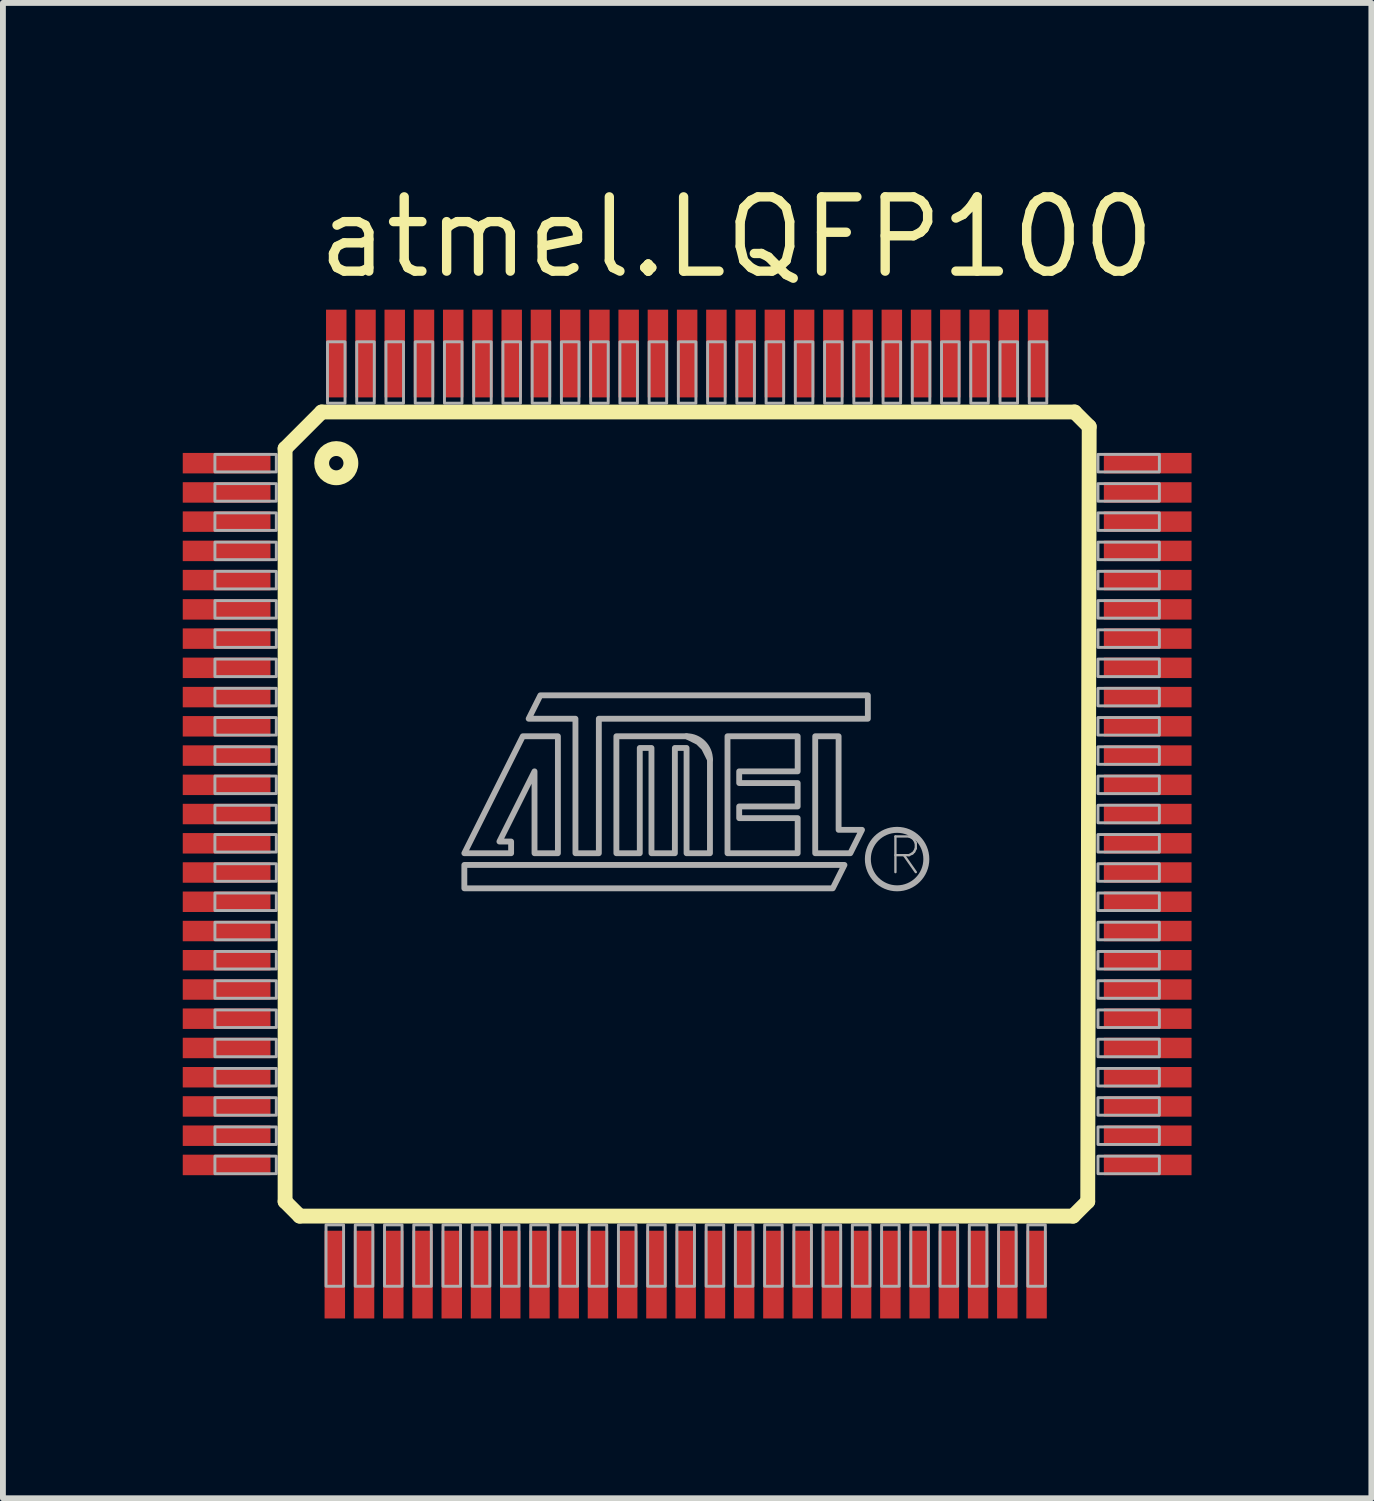
<source format=kicad_pcb>
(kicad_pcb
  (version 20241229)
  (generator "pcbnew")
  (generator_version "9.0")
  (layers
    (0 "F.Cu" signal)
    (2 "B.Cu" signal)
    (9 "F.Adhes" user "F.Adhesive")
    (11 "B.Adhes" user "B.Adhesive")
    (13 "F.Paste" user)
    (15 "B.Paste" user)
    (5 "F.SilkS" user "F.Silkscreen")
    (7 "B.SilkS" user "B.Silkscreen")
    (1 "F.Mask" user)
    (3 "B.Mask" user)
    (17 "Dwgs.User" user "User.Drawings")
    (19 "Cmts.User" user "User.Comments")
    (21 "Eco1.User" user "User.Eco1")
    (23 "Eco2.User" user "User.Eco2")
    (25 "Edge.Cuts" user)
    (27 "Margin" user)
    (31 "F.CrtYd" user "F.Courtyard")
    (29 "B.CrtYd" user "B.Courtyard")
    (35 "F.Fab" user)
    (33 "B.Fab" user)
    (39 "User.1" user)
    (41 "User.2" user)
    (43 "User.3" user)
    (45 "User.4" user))
  (footprint "atmel.LQFP100"
    (layer "F.Cu")
    (at 8.7 10.87)
    (property "Reference" "atmel.LQFP100" (at -6.395 -9.12 0) (layer "F.SilkS") (effects (font (size 1.27 1.27) (thickness 0.16)) (justify left bottom)))
    (attr smd)
    (fp_rect (start -8.675 -5.8) (end -7.075 -6.2) (stroke (width 0.05) (type default)) (fill yes) (layer "F.Mask"))
    (fp_rect (start -8.675 -5.3) (end -7.075 -5.7) (stroke (width 0.05) (type default)) (fill yes) (layer "F.Mask"))
    (fp_rect (start -8.675 -4.8) (end -7.075 -5.2) (stroke (width 0.05) (type default)) (fill yes) (layer "F.Mask"))
    (fp_rect (start -8.675 -4.3) (end -7.075 -4.7) (stroke (width 0.05) (type default)) (fill yes) (layer "F.Mask"))
    (fp_rect (start -8.675 -3.8) (end -7.075 -4.2) (stroke (width 0.05) (type default)) (fill yes) (layer "F.Mask"))
    (fp_rect (start -8.675 -3.3) (end -7.075 -3.7) (stroke (width 0.05) (type default)) (fill yes) (layer "F.Mask"))
    (fp_rect (start -8.675 -2.8) (end -7.075 -3.2) (stroke (width 0.05) (type default)) (fill yes) (layer "F.Mask"))
    (fp_rect (start -8.675 -2.3) (end -7.075 -2.7) (stroke (width 0.05) (type default)) (fill yes) (layer "F.Mask"))
    (fp_rect (start -8.675 -1.8) (end -7.075 -2.2) (stroke (width 0.05) (type default)) (fill yes) (layer "F.Mask"))
    (fp_rect (start -8.675 -1.3) (end -7.075 -1.7) (stroke (width 0.05) (type default)) (fill yes) (layer "F.Mask"))
    (fp_rect (start -8.675 -0.8) (end -7.075 -1.2) (stroke (width 0.05) (type default)) (fill yes) (layer "F.Mask"))
    (fp_rect (start -8.675 -0.3) (end -7.075 -0.7) (stroke (width 0.05) (type default)) (fill yes) (layer "F.Mask"))
    (fp_rect (start -8.675 0.2) (end -7.075 -0.2) (stroke (width 0.05) (type default)) (fill yes) (layer "F.Mask"))
    (fp_rect (start -8.675 0.7) (end -7.075 0.3) (stroke (width 0.05) (type default)) (fill yes) (layer "F.Mask"))
    (fp_rect (start -8.675 1.2) (end -7.075 0.8) (stroke (width 0.05) (type default)) (fill yes) (layer "F.Mask"))
    (fp_rect (start -8.675 1.7) (end -7.075 1.3) (stroke (width 0.05) (type default)) (fill yes) (layer "F.Mask"))
    (fp_rect (start -8.675 2.2) (end -7.075 1.8) (stroke (width 0.05) (type default)) (fill yes) (layer "F.Mask"))
    (fp_rect (start -8.675 2.7) (end -7.075 2.3) (stroke (width 0.05) (type default)) (fill yes) (layer "F.Mask"))
    (fp_rect (start -8.675 3.2) (end -7.075 2.8) (stroke (width 0.05) (type default)) (fill yes) (layer "F.Mask"))
    (fp_rect (start -8.675 3.7) (end -7.075 3.3) (stroke (width 0.05) (type default)) (fill yes) (layer "F.Mask"))
    (fp_rect (start -8.675 4.2) (end -7.075 3.8) (stroke (width 0.05) (type default)) (fill yes) (layer "F.Mask"))
    (fp_rect (start -8.675 4.7) (end -7.075 4.3) (stroke (width 0.05) (type default)) (fill yes) (layer "F.Mask"))
    (fp_rect (start -8.675 5.2) (end -7.075 4.8) (stroke (width 0.05) (type default)) (fill yes) (layer "F.Mask"))
    (fp_rect (start -8.675 5.7) (end -7.075 5.3) (stroke (width 0.05) (type default)) (fill yes) (layer "F.Mask"))
    (fp_rect (start -8.675 6.2) (end -7.075 5.8) (stroke (width 0.05) (type default)) (fill yes) (layer "F.Mask"))
    (fp_rect (start -6.2 -7.075) (end -5.8 -8.675) (stroke (width 0.05) (type default)) (fill yes) (layer "F.Mask"))
    (fp_rect (start -6.2 8.675) (end -5.8 7.075) (stroke (width 0.05) (type default)) (fill yes) (layer "F.Mask"))
    (fp_rect (start -5.7 -7.075) (end -5.3 -8.675) (stroke (width 0.05) (type default)) (fill yes) (layer "F.Mask"))
    (fp_rect (start -5.7 8.675) (end -5.3 7.075) (stroke (width 0.05) (type default)) (fill yes) (layer "F.Mask"))
    (fp_rect (start -5.2 -7.075) (end -4.8 -8.675) (stroke (width 0.05) (type default)) (fill yes) (layer "F.Mask"))
    (fp_rect (start -5.2 8.675) (end -4.8 7.075) (stroke (width 0.05) (type default)) (fill yes) (layer "F.Mask"))
    (fp_rect (start -4.7 -7.075) (end -4.3 -8.675) (stroke (width 0.05) (type default)) (fill yes) (layer "F.Mask"))
    (fp_rect (start -4.7 8.675) (end -4.3 7.075) (stroke (width 0.05) (type default)) (fill yes) (layer "F.Mask"))
    (fp_rect (start -4.2 -7.075) (end -3.8 -8.675) (stroke (width 0.05) (type default)) (fill yes) (layer "F.Mask"))
    (fp_rect (start -4.2 8.675) (end -3.8 7.075) (stroke (width 0.05) (type default)) (fill yes) (layer "F.Mask"))
    (fp_rect (start -3.7 -7.075) (end -3.3 -8.675) (stroke (width 0.05) (type default)) (fill yes) (layer "F.Mask"))
    (fp_rect (start -3.7 8.675) (end -3.3 7.075) (stroke (width 0.05) (type default)) (fill yes) (layer "F.Mask"))
    (fp_rect (start -3.2 -7.075) (end -2.8 -8.675) (stroke (width 0.05) (type default)) (fill yes) (layer "F.Mask"))
    (fp_rect (start -3.2 8.675) (end -2.8 7.075) (stroke (width 0.05) (type default)) (fill yes) (layer "F.Mask"))
    (fp_rect (start -2.7 -7.075) (end -2.3 -8.675) (stroke (width 0.05) (type default)) (fill yes) (layer "F.Mask"))
    (fp_rect (start -2.7 8.675) (end -2.3 7.075) (stroke (width 0.05) (type default)) (fill yes) (layer "F.Mask"))
    (fp_rect (start -2.2 -7.075) (end -1.8 -8.675) (stroke (width 0.05) (type default)) (fill yes) (layer "F.Mask"))
    (fp_rect (start -2.2 8.675) (end -1.8 7.075) (stroke (width 0.05) (type default)) (fill yes) (layer "F.Mask"))
    (fp_rect (start -1.7 -7.075) (end -1.3 -8.675) (stroke (width 0.05) (type default)) (fill yes) (layer "F.Mask"))
    (fp_rect (start -1.7 8.675) (end -1.3 7.075) (stroke (width 0.05) (type default)) (fill yes) (layer "F.Mask"))
    (fp_rect (start -1.2 -7.075) (end -0.8 -8.675) (stroke (width 0.05) (type default)) (fill yes) (layer "F.Mask"))
    (fp_rect (start -1.2 8.675) (end -0.8 7.075) (stroke (width 0.05) (type default)) (fill yes) (layer "F.Mask"))
    (fp_rect (start -0.7 -7.075) (end -0.3 -8.675) (stroke (width 0.05) (type default)) (fill yes) (layer "F.Mask"))
    (fp_rect (start -0.7 8.675) (end -0.3 7.075) (stroke (width 0.05) (type default)) (fill yes) (layer "F.Mask"))
    (fp_rect (start -0.2 -7.075) (end 0.2 -8.675) (stroke (width 0.05) (type default)) (fill yes) (layer "F.Mask"))
    (fp_rect (start -0.2 8.675) (end 0.2 7.075) (stroke (width 0.05) (type default)) (fill yes) (layer "F.Mask"))
    (fp_rect (start 0.3 -7.075) (end 0.7 -8.675) (stroke (width 0.05) (type default)) (fill yes) (layer "F.Mask"))
    (fp_rect (start 0.3 8.675) (end 0.7 7.075) (stroke (width 0.05) (type default)) (fill yes) (layer "F.Mask"))
    (fp_rect (start 0.8 -7.075) (end 1.2 -8.675) (stroke (width 0.05) (type default)) (fill yes) (layer "F.Mask"))
    (fp_rect (start 0.8 8.675) (end 1.2 7.075) (stroke (width 0.05) (type default)) (fill yes) (layer "F.Mask"))
    (fp_rect (start 1.3 -7.075) (end 1.7 -8.675) (stroke (width 0.05) (type default)) (fill yes) (layer "F.Mask"))
    (fp_rect (start 1.3 8.675) (end 1.7 7.075) (stroke (width 0.05) (type default)) (fill yes) (layer "F.Mask"))
    (fp_rect (start 1.8 -7.075) (end 2.2 -8.675) (stroke (width 0.05) (type default)) (fill yes) (layer "F.Mask"))
    (fp_rect (start 1.8 8.675) (end 2.2 7.075) (stroke (width 0.05) (type default)) (fill yes) (layer "F.Mask"))
    (fp_rect (start 2.3 -7.075) (end 2.7 -8.675) (stroke (width 0.05) (type default)) (fill yes) (layer "F.Mask"))
    (fp_rect (start 2.3 8.675) (end 2.7 7.075) (stroke (width 0.05) (type default)) (fill yes) (layer "F.Mask"))
    (fp_rect (start 2.8 -7.075) (end 3.2 -8.675) (stroke (width 0.05) (type default)) (fill yes) (layer "F.Mask"))
    (fp_rect (start 2.8 8.675) (end 3.2 7.075) (stroke (width 0.05) (type default)) (fill yes) (layer "F.Mask"))
    (fp_rect (start 3.3 -7.075) (end 3.7 -8.675) (stroke (width 0.05) (type default)) (fill yes) (layer "F.Mask"))
    (fp_rect (start 3.3 8.675) (end 3.7 7.075) (stroke (width 0.05) (type default)) (fill yes) (layer "F.Mask"))
    (fp_rect (start 3.8 -7.075) (end 4.2 -8.675) (stroke (width 0.05) (type default)) (fill yes) (layer "F.Mask"))
    (fp_rect (start 3.8 8.675) (end 4.2 7.075) (stroke (width 0.05) (type default)) (fill yes) (layer "F.Mask"))
    (fp_rect (start 4.3 -7.075) (end 4.7 -8.675) (stroke (width 0.05) (type default)) (fill yes) (layer "F.Mask"))
    (fp_rect (start 4.3 8.675) (end 4.7 7.075) (stroke (width 0.05) (type default)) (fill yes) (layer "F.Mask"))
    (fp_rect (start 4.8 -7.075) (end 5.2 -8.675) (stroke (width 0.05) (type default)) (fill yes) (layer "F.Mask"))
    (fp_rect (start 4.8 8.675) (end 5.2 7.075) (stroke (width 0.05) (type default)) (fill yes) (layer "F.Mask"))
    (fp_rect (start 5.3 -7.075) (end 5.7 -8.675) (stroke (width 0.05) (type default)) (fill yes) (layer "F.Mask"))
    (fp_rect (start 5.3 8.675) (end 5.7 7.075) (stroke (width 0.05) (type default)) (fill yes) (layer "F.Mask"))
    (fp_rect (start 5.8 -7.075) (end 6.2 -8.675) (stroke (width 0.05) (type default)) (fill yes) (layer "F.Mask"))
    (fp_rect (start 5.8 8.675) (end 6.2 7.075) (stroke (width 0.05) (type default)) (fill yes) (layer "F.Mask"))
    (fp_rect (start 7.075 -5.8) (end 8.675 -6.2) (stroke (width 0.05) (type default)) (fill yes) (layer "F.Mask"))
    (fp_rect (start 7.075 -5.3) (end 8.675 -5.7) (stroke (width 0.05) (type default)) (fill yes) (layer "F.Mask"))
    (fp_rect (start 7.075 -4.8) (end 8.675 -5.2) (stroke (width 0.05) (type default)) (fill yes) (layer "F.Mask"))
    (fp_rect (start 7.075 -4.3) (end 8.675 -4.7) (stroke (width 0.05) (type default)) (fill yes) (layer "F.Mask"))
    (fp_rect (start 7.075 -3.8) (end 8.675 -4.2) (stroke (width 0.05) (type default)) (fill yes) (layer "F.Mask"))
    (fp_rect (start 7.075 -3.3) (end 8.675 -3.7) (stroke (width 0.05) (type default)) (fill yes) (layer "F.Mask"))
    (fp_rect (start 7.075 -2.8) (end 8.675 -3.2) (stroke (width 0.05) (type default)) (fill yes) (layer "F.Mask"))
    (fp_rect (start 7.075 -2.3) (end 8.675 -2.7) (stroke (width 0.05) (type default)) (fill yes) (layer "F.Mask"))
    (fp_rect (start 7.075 -1.8) (end 8.675 -2.2) (stroke (width 0.05) (type default)) (fill yes) (layer "F.Mask"))
    (fp_rect (start 7.075 -1.3) (end 8.675 -1.7) (stroke (width 0.05) (type default)) (fill yes) (layer "F.Mask"))
    (fp_rect (start 7.075 -0.8) (end 8.675 -1.2) (stroke (width 0.05) (type default)) (fill yes) (layer "F.Mask"))
    (fp_rect (start 7.075 -0.3) (end 8.675 -0.7) (stroke (width 0.05) (type default)) (fill yes) (layer "F.Mask"))
    (fp_rect (start 7.075 0.2) (end 8.675 -0.2) (stroke (width 0.05) (type default)) (fill yes) (layer "F.Mask"))
    (fp_rect (start 7.075 0.7) (end 8.675 0.3) (stroke (width 0.05) (type default)) (fill yes) (layer "F.Mask"))
    (fp_rect (start 7.075 1.2) (end 8.675 0.8) (stroke (width 0.05) (type default)) (fill yes) (layer "F.Mask"))
    (fp_rect (start 7.075 1.7) (end 8.675 1.3) (stroke (width 0.05) (type default)) (fill yes) (layer "F.Mask"))
    (fp_rect (start 7.075 2.2) (end 8.675 1.8) (stroke (width 0.05) (type default)) (fill yes) (layer "F.Mask"))
    (fp_rect (start 7.075 2.7) (end 8.675 2.3) (stroke (width 0.05) (type default)) (fill yes) (layer "F.Mask"))
    (fp_rect (start 7.075 3.2) (end 8.675 2.8) (stroke (width 0.05) (type default)) (fill yes) (layer "F.Mask"))
    (fp_rect (start 7.075 3.7) (end 8.675 3.3) (stroke (width 0.05) (type default)) (fill yes) (layer "F.Mask"))
    (fp_rect (start 7.075 4.2) (end 8.675 3.8) (stroke (width 0.05) (type default)) (fill yes) (layer "F.Mask"))
    (fp_rect (start 7.075 4.7) (end 8.675 4.3) (stroke (width 0.05) (type default)) (fill yes) (layer "F.Mask"))
    (fp_rect (start 7.075 5.2) (end 8.675 4.8) (stroke (width 0.05) (type default)) (fill yes) (layer "F.Mask"))
    (fp_rect (start 7.075 5.7) (end 8.675 5.3) (stroke (width 0.05) (type default)) (fill yes) (layer "F.Mask"))
    (fp_rect (start 7.075 6.2) (end 8.675 5.8) (stroke (width 0.05) (type default)) (fill yes) (layer "F.Mask"))
    (fp_line (start -6.875 -6.25) (end -6.25 -6.875) (stroke (width 0.254) (type default)) (layer "F.SilkS"))
    (fp_line (start -6.875 6.625) (end -6.875 -6.25) (stroke (width 0.254) (type default)) (layer "F.SilkS"))
    (fp_line (start -6.625 6.875) (end -6.875 6.625) (stroke (width 0.254) (type default)) (layer "F.SilkS"))
    (fp_line (start -6.25 -6.875) (end 6.625 -6.875) (stroke (width 0.254) (type default)) (layer "F.SilkS"))
    (fp_line (start 6.6 6.875) (end -6.625 6.875) (stroke (width 0.254) (type default)) (layer "F.SilkS"))
    (fp_line (start 6.625 -6.875) (end 6.875 -6.625) (stroke (width 0.254) (type default)) (layer "F.SilkS"))
    (fp_line (start 6.85 6.625) (end 6.6 6.875) (stroke (width 0.254) (type default)) (layer "F.SilkS"))
    (fp_line (start 6.875 -6.625) (end 6.85 6.625) (stroke (width 0.254) (type default)) (layer "F.SilkS"))
    (fp_circle (center -6 -6) (end -5.75 -6) (stroke (width 0.254) (type default)) (fill no) (layer "F.SilkS"))
    (fp_rect (start -8.6 -5.85) (end -7.15 -6.15) (stroke (width 0.05) (type default)) (fill yes) (layer "F.Paste"))
    (fp_rect (start -8.6 -5.35) (end -7.15 -5.65) (stroke (width 0.05) (type default)) (fill yes) (layer "F.Paste"))
    (fp_rect (start -8.6 -4.85) (end -7.15 -5.15) (stroke (width 0.05) (type default)) (fill yes) (layer "F.Paste"))
    (fp_rect (start -8.6 -4.35) (end -7.15 -4.65) (stroke (width 0.05) (type default)) (fill yes) (layer "F.Paste"))
    (fp_rect (start -8.6 -3.85) (end -7.15 -4.15) (stroke (width 0.05) (type default)) (fill yes) (layer "F.Paste"))
    (fp_rect (start -8.6 -3.35) (end -7.15 -3.65) (stroke (width 0.05) (type default)) (fill yes) (layer "F.Paste"))
    (fp_rect (start -8.6 -2.85) (end -7.15 -3.15) (stroke (width 0.05) (type default)) (fill yes) (layer "F.Paste"))
    (fp_rect (start -8.6 -2.35) (end -7.15 -2.65) (stroke (width 0.05) (type default)) (fill yes) (layer "F.Paste"))
    (fp_rect (start -8.6 -1.85) (end -7.15 -2.15) (stroke (width 0.05) (type default)) (fill yes) (layer "F.Paste"))
    (fp_rect (start -8.6 -1.35) (end -7.15 -1.65) (stroke (width 0.05) (type default)) (fill yes) (layer "F.Paste"))
    (fp_rect (start -8.6 -0.85) (end -7.15 -1.15) (stroke (width 0.05) (type default)) (fill yes) (layer "F.Paste"))
    (fp_rect (start -8.6 -0.35) (end -7.15 -0.65) (stroke (width 0.05) (type default)) (fill yes) (layer "F.Paste"))
    (fp_rect (start -8.6 0.15) (end -7.15 -0.15) (stroke (width 0.05) (type default)) (fill yes) (layer "F.Paste"))
    (fp_rect (start -8.6 0.65) (end -7.15 0.35) (stroke (width 0.05) (type default)) (fill yes) (layer "F.Paste"))
    (fp_rect (start -8.6 1.15) (end -7.15 0.85) (stroke (width 0.05) (type default)) (fill yes) (layer "F.Paste"))
    (fp_rect (start -8.6 1.65) (end -7.15 1.35) (stroke (width 0.05) (type default)) (fill yes) (layer "F.Paste"))
    (fp_rect (start -8.6 2.15) (end -7.15 1.85) (stroke (width 0.05) (type default)) (fill yes) (layer "F.Paste"))
    (fp_rect (start -8.6 2.65) (end -7.15 2.35) (stroke (width 0.05) (type default)) (fill yes) (layer "F.Paste"))
    (fp_rect (start -8.6 3.15) (end -7.15 2.85) (stroke (width 0.05) (type default)) (fill yes) (layer "F.Paste"))
    (fp_rect (start -8.6 3.65) (end -7.15 3.35) (stroke (width 0.05) (type default)) (fill yes) (layer "F.Paste"))
    (fp_rect (start -8.6 4.15) (end -7.15 3.85) (stroke (width 0.05) (type default)) (fill yes) (layer "F.Paste"))
    (fp_rect (start -8.6 4.65) (end -7.15 4.35) (stroke (width 0.05) (type default)) (fill yes) (layer "F.Paste"))
    (fp_rect (start -8.6 5.15) (end -7.15 4.85) (stroke (width 0.05) (type default)) (fill yes) (layer "F.Paste"))
    (fp_rect (start -8.6 5.65) (end -7.15 5.35) (stroke (width 0.05) (type default)) (fill yes) (layer "F.Paste"))
    (fp_rect (start -8.6 6.15) (end -7.15 5.85) (stroke (width 0.05) (type default)) (fill yes) (layer "F.Paste"))
    (fp_rect (start -6.15 -7.15) (end -5.85 -8.6) (stroke (width 0.05) (type default)) (fill yes) (layer "F.Paste"))
    (fp_rect (start -6.15 8.6) (end -5.85 7.15) (stroke (width 0.05) (type default)) (fill yes) (layer "F.Paste"))
    (fp_rect (start -5.65 -7.15) (end -5.35 -8.6) (stroke (width 0.05) (type default)) (fill yes) (layer "F.Paste"))
    (fp_rect (start -5.65 8.6) (end -5.35 7.15) (stroke (width 0.05) (type default)) (fill yes) (layer "F.Paste"))
    (fp_rect (start -5.15 -7.15) (end -4.85 -8.6) (stroke (width 0.05) (type default)) (fill yes) (layer "F.Paste"))
    (fp_rect (start -5.15 8.6) (end -4.85 7.15) (stroke (width 0.05) (type default)) (fill yes) (layer "F.Paste"))
    (fp_rect (start -4.65 -7.15) (end -4.35 -8.6) (stroke (width 0.05) (type default)) (fill yes) (layer "F.Paste"))
    (fp_rect (start -4.65 8.6) (end -4.35 7.15) (stroke (width 0.05) (type default)) (fill yes) (layer "F.Paste"))
    (fp_rect (start -4.15 -7.15) (end -3.85 -8.6) (stroke (width 0.05) (type default)) (fill yes) (layer "F.Paste"))
    (fp_rect (start -4.15 8.6) (end -3.85 7.15) (stroke (width 0.05) (type default)) (fill yes) (layer "F.Paste"))
    (fp_rect (start -3.65 -7.15) (end -3.35 -8.6) (stroke (width 0.05) (type default)) (fill yes) (layer "F.Paste"))
    (fp_rect (start -3.65 8.6) (end -3.35 7.15) (stroke (width 0.05) (type default)) (fill yes) (layer "F.Paste"))
    (fp_rect (start -3.15 -7.15) (end -2.85 -8.6) (stroke (width 0.05) (type default)) (fill yes) (layer "F.Paste"))
    (fp_rect (start -3.15 8.6) (end -2.85 7.15) (stroke (width 0.05) (type default)) (fill yes) (layer "F.Paste"))
    (fp_rect (start -2.65 -7.15) (end -2.35 -8.6) (stroke (width 0.05) (type default)) (fill yes) (layer "F.Paste"))
    (fp_rect (start -2.65 8.6) (end -2.35 7.15) (stroke (width 0.05) (type default)) (fill yes) (layer "F.Paste"))
    (fp_rect (start -2.15 -7.15) (end -1.85 -8.6) (stroke (width 0.05) (type default)) (fill yes) (layer "F.Paste"))
    (fp_rect (start -2.15 8.6) (end -1.85 7.15) (stroke (width 0.05) (type default)) (fill yes) (layer "F.Paste"))
    (fp_rect (start -1.65 -7.15) (end -1.35 -8.6) (stroke (width 0.05) (type default)) (fill yes) (layer "F.Paste"))
    (fp_rect (start -1.65 8.6) (end -1.35 7.15) (stroke (width 0.05) (type default)) (fill yes) (layer "F.Paste"))
    (fp_rect (start -1.15 -7.15) (end -0.85 -8.6) (stroke (width 0.05) (type default)) (fill yes) (layer "F.Paste"))
    (fp_rect (start -1.15 8.6) (end -0.85 7.15) (stroke (width 0.05) (type default)) (fill yes) (layer "F.Paste"))
    (fp_rect (start -0.65 -7.15) (end -0.35 -8.6) (stroke (width 0.05) (type default)) (fill yes) (layer "F.Paste"))
    (fp_rect (start -0.65 8.6) (end -0.35 7.15) (stroke (width 0.05) (type default)) (fill yes) (layer "F.Paste"))
    (fp_rect (start -0.15 -7.15) (end 0.15 -8.6) (stroke (width 0.05) (type default)) (fill yes) (layer "F.Paste"))
    (fp_rect (start -0.15 8.6) (end 0.15 7.15) (stroke (width 0.05) (type default)) (fill yes) (layer "F.Paste"))
    (fp_rect (start 0.35 -7.15) (end 0.65 -8.6) (stroke (width 0.05) (type default)) (fill yes) (layer "F.Paste"))
    (fp_rect (start 0.35 8.6) (end 0.65 7.15) (stroke (width 0.05) (type default)) (fill yes) (layer "F.Paste"))
    (fp_rect (start 0.85 -7.15) (end 1.15 -8.6) (stroke (width 0.05) (type default)) (fill yes) (layer "F.Paste"))
    (fp_rect (start 0.85 8.6) (end 1.15 7.15) (stroke (width 0.05) (type default)) (fill yes) (layer "F.Paste"))
    (fp_rect (start 1.35 -7.15) (end 1.65 -8.6) (stroke (width 0.05) (type default)) (fill yes) (layer "F.Paste"))
    (fp_rect (start 1.35 8.6) (end 1.65 7.15) (stroke (width 0.05) (type default)) (fill yes) (layer "F.Paste"))
    (fp_rect (start 1.85 -7.15) (end 2.15 -8.6) (stroke (width 0.05) (type default)) (fill yes) (layer "F.Paste"))
    (fp_rect (start 1.85 8.6) (end 2.15 7.15) (stroke (width 0.05) (type default)) (fill yes) (layer "F.Paste"))
    (fp_rect (start 2.35 -7.15) (end 2.65 -8.6) (stroke (width 0.05) (type default)) (fill yes) (layer "F.Paste"))
    (fp_rect (start 2.35 8.6) (end 2.65 7.15) (stroke (width 0.05) (type default)) (fill yes) (layer "F.Paste"))
    (fp_rect (start 2.85 -7.15) (end 3.15 -8.6) (stroke (width 0.05) (type default)) (fill yes) (layer "F.Paste"))
    (fp_rect (start 2.85 8.6) (end 3.15 7.15) (stroke (width 0.05) (type default)) (fill yes) (layer "F.Paste"))
    (fp_rect (start 3.35 -7.15) (end 3.65 -8.6) (stroke (width 0.05) (type default)) (fill yes) (layer "F.Paste"))
    (fp_rect (start 3.35 8.6) (end 3.65 7.15) (stroke (width 0.05) (type default)) (fill yes) (layer "F.Paste"))
    (fp_rect (start 3.85 -7.15) (end 4.15 -8.6) (stroke (width 0.05) (type default)) (fill yes) (layer "F.Paste"))
    (fp_rect (start 3.85 8.6) (end 4.15 7.15) (stroke (width 0.05) (type default)) (fill yes) (layer "F.Paste"))
    (fp_rect (start 4.35 -7.15) (end 4.65 -8.6) (stroke (width 0.05) (type default)) (fill yes) (layer "F.Paste"))
    (fp_rect (start 4.35 8.6) (end 4.65 7.15) (stroke (width 0.05) (type default)) (fill yes) (layer "F.Paste"))
    (fp_rect (start 4.85 -7.15) (end 5.15 -8.6) (stroke (width 0.05) (type default)) (fill yes) (layer "F.Paste"))
    (fp_rect (start 4.85 8.6) (end 5.15 7.15) (stroke (width 0.05) (type default)) (fill yes) (layer "F.Paste"))
    (fp_rect (start 5.35 -7.15) (end 5.65 -8.6) (stroke (width 0.05) (type default)) (fill yes) (layer "F.Paste"))
    (fp_rect (start 5.35 8.6) (end 5.65 7.15) (stroke (width 0.05) (type default)) (fill yes) (layer "F.Paste"))
    (fp_rect (start 5.85 -7.15) (end 6.15 -8.6) (stroke (width 0.05) (type default)) (fill yes) (layer "F.Paste"))
    (fp_rect (start 5.85 8.6) (end 6.15 7.15) (stroke (width 0.05) (type default)) (fill yes) (layer "F.Paste"))
    (fp_rect (start 7.15 -5.85) (end 8.6 -6.15) (stroke (width 0.05) (type default)) (fill yes) (layer "F.Paste"))
    (fp_rect (start 7.15 -5.35) (end 8.6 -5.65) (stroke (width 0.05) (type default)) (fill yes) (layer "F.Paste"))
    (fp_rect (start 7.15 -4.85) (end 8.6 -5.15) (stroke (width 0.05) (type default)) (fill yes) (layer "F.Paste"))
    (fp_rect (start 7.15 -4.35) (end 8.6 -4.65) (stroke (width 0.05) (type default)) (fill yes) (layer "F.Paste"))
    (fp_rect (start 7.15 -3.85) (end 8.6 -4.15) (stroke (width 0.05) (type default)) (fill yes) (layer "F.Paste"))
    (fp_rect (start 7.15 -3.35) (end 8.6 -3.65) (stroke (width 0.05) (type default)) (fill yes) (layer "F.Paste"))
    (fp_rect (start 7.15 -2.85) (end 8.6 -3.15) (stroke (width 0.05) (type default)) (fill yes) (layer "F.Paste"))
    (fp_rect (start 7.15 -2.35) (end 8.6 -2.65) (stroke (width 0.05) (type default)) (fill yes) (layer "F.Paste"))
    (fp_rect (start 7.15 -1.85) (end 8.6 -2.15) (stroke (width 0.05) (type default)) (fill yes) (layer "F.Paste"))
    (fp_rect (start 7.15 -1.35) (end 8.6 -1.65) (stroke (width 0.05) (type default)) (fill yes) (layer "F.Paste"))
    (fp_rect (start 7.15 -0.85) (end 8.6 -1.15) (stroke (width 0.05) (type default)) (fill yes) (layer "F.Paste"))
    (fp_rect (start 7.15 -0.35) (end 8.6 -0.65) (stroke (width 0.05) (type default)) (fill yes) (layer "F.Paste"))
    (fp_rect (start 7.15 0.15) (end 8.6 -0.15) (stroke (width 0.05) (type default)) (fill yes) (layer "F.Paste"))
    (fp_rect (start 7.15 0.65) (end 8.6 0.35) (stroke (width 0.05) (type default)) (fill yes) (layer "F.Paste"))
    (fp_rect (start 7.15 1.15) (end 8.6 0.85) (stroke (width 0.05) (type default)) (fill yes) (layer "F.Paste"))
    (fp_rect (start 7.15 1.65) (end 8.6 1.35) (stroke (width 0.05) (type default)) (fill yes) (layer "F.Paste"))
    (fp_rect (start 7.15 2.15) (end 8.6 1.85) (stroke (width 0.05) (type default)) (fill yes) (layer "F.Paste"))
    (fp_rect (start 7.15 2.65) (end 8.6 2.35) (stroke (width 0.05) (type default)) (fill yes) (layer "F.Paste"))
    (fp_rect (start 7.15 3.15) (end 8.6 2.85) (stroke (width 0.05) (type default)) (fill yes) (layer "F.Paste"))
    (fp_rect (start 7.15 3.65) (end 8.6 3.35) (stroke (width 0.05) (type default)) (fill yes) (layer "F.Paste"))
    (fp_rect (start 7.15 4.15) (end 8.6 3.85) (stroke (width 0.05) (type default)) (fill yes) (layer "F.Paste"))
    (fp_rect (start 7.15 4.65) (end 8.6 4.35) (stroke (width 0.05) (type default)) (fill yes) (layer "F.Paste"))
    (fp_rect (start 7.15 5.15) (end 8.6 4.85) (stroke (width 0.05) (type default)) (fill yes) (layer "F.Paste"))
    (fp_rect (start 7.15 5.65) (end 8.6 5.35) (stroke (width 0.05) (type default)) (fill yes) (layer "F.Paste"))
    (fp_rect (start 7.15 6.15) (end 8.6 5.85) (stroke (width 0.05) (type default)) (fill yes) (layer "F.Paste"))
    (fp_rect (start -8.075 -5.85) (end -7.025 -6.15) (stroke (width 0.05) (type default)) (fill no) (layer "F.Fab"))
    (fp_rect (start -8.075 -5.35) (end -7.025 -5.65) (stroke (width 0.05) (type default)) (fill no) (layer "F.Fab"))
    (fp_rect (start -8.075 -4.85) (end -7.025 -5.15) (stroke (width 0.05) (type default)) (fill no) (layer "F.Fab"))
    (fp_rect (start -8.075 -4.35) (end -7.025 -4.65) (stroke (width 0.05) (type default)) (fill no) (layer "F.Fab"))
    (fp_rect (start -8.075 -3.85) (end -7.025 -4.15) (stroke (width 0.05) (type default)) (fill no) (layer "F.Fab"))
    (fp_rect (start -8.075 -3.35) (end -7.025 -3.65) (stroke (width 0.05) (type default)) (fill no) (layer "F.Fab"))
    (fp_rect (start -8.075 -2.85) (end -7.025 -3.15) (stroke (width 0.05) (type default)) (fill no) (layer "F.Fab"))
    (fp_rect (start -8.075 -2.35) (end -7.025 -2.65) (stroke (width 0.05) (type default)) (fill no) (layer "F.Fab"))
    (fp_rect (start -8.075 -1.85) (end -7.025 -2.15) (stroke (width 0.05) (type default)) (fill no) (layer "F.Fab"))
    (fp_rect (start -8.075 -1.35) (end -7.025 -1.65) (stroke (width 0.05) (type default)) (fill no) (layer "F.Fab"))
    (fp_rect (start -8.075 -0.85) (end -7.025 -1.15) (stroke (width 0.05) (type default)) (fill no) (layer "F.Fab"))
    (fp_rect (start -8.075 -0.35) (end -7.025 -0.65) (stroke (width 0.05) (type default)) (fill no) (layer "F.Fab"))
    (fp_rect (start -8.075 0.15) (end -7.025 -0.15) (stroke (width 0.05) (type default)) (fill no) (layer "F.Fab"))
    (fp_rect (start -8.075 0.65) (end -7.025 0.35) (stroke (width 0.05) (type default)) (fill no) (layer "F.Fab"))
    (fp_rect (start -8.075 1.15) (end -7.025 0.85) (stroke (width 0.05) (type default)) (fill no) (layer "F.Fab"))
    (fp_rect (start -8.075 1.65) (end -7.025 1.35) (stroke (width 0.05) (type default)) (fill no) (layer "F.Fab"))
    (fp_rect (start -8.075 2.15) (end -7.025 1.85) (stroke (width 0.05) (type default)) (fill no) (layer "F.Fab"))
    (fp_rect (start -8.075 2.65) (end -7.025 2.35) (stroke (width 0.05) (type default)) (fill no) (layer "F.Fab"))
    (fp_rect (start -8.075 3.15) (end -7.025 2.85) (stroke (width 0.05) (type default)) (fill no) (layer "F.Fab"))
    (fp_rect (start -8.075 3.65) (end -7.025 3.35) (stroke (width 0.05) (type default)) (fill no) (layer "F.Fab"))
    (fp_rect (start -8.075 4.15) (end -7.025 3.85) (stroke (width 0.05) (type default)) (fill no) (layer "F.Fab"))
    (fp_rect (start -8.075 4.65) (end -7.025 4.35) (stroke (width 0.05) (type default)) (fill no) (layer "F.Fab"))
    (fp_rect (start -8.075 5.15) (end -7.025 4.85) (stroke (width 0.05) (type default)) (fill no) (layer "F.Fab"))
    (fp_rect (start -8.075 5.65) (end -7.025 5.35) (stroke (width 0.05) (type default)) (fill no) (layer "F.Fab"))
    (fp_rect (start -8.075 6.15) (end -7.025 5.85) (stroke (width 0.05) (type default)) (fill no) (layer "F.Fab"))
    (fp_rect (start -6.175 8.075) (end -5.875 7.025) (stroke (width 0.05) (type default)) (fill no) (layer "F.Fab"))
    (fp_rect (start -6.15 -7.025) (end -5.85 -8.075) (stroke (width 0.05) (type default)) (fill no) (layer "F.Fab"))
    (fp_rect (start -5.675 8.075) (end -5.375 7.025) (stroke (width 0.05) (type default)) (fill no) (layer "F.Fab"))
    (fp_rect (start -5.65 -7.025) (end -5.35 -8.075) (stroke (width 0.05) (type default)) (fill no) (layer "F.Fab"))
    (fp_rect (start -5.175 8.075) (end -4.875 7.025) (stroke (width 0.05) (type default)) (fill no) (layer "F.Fab"))
    (fp_rect (start -5.15 -7.025) (end -4.85 -8.075) (stroke (width 0.05) (type default)) (fill no) (layer "F.Fab"))
    (fp_rect (start -4.675 8.075) (end -4.375 7.025) (stroke (width 0.05) (type default)) (fill no) (layer "F.Fab"))
    (fp_rect (start -4.65 -7.025) (end -4.35 -8.075) (stroke (width 0.05) (type default)) (fill no) (layer "F.Fab"))
    (fp_rect (start -4.175 8.075) (end -3.875 7.025) (stroke (width 0.05) (type default)) (fill no) (layer "F.Fab"))
    (fp_rect (start -4.15 -7.025) (end -3.85 -8.075) (stroke (width 0.05) (type default)) (fill no) (layer "F.Fab"))
    (fp_rect (start -3.675 8.075) (end -3.375 7.025) (stroke (width 0.05) (type default)) (fill no) (layer "F.Fab"))
    (fp_rect (start -3.65 -7.025) (end -3.35 -8.075) (stroke (width 0.05) (type default)) (fill no) (layer "F.Fab"))
    (fp_rect (start -3.175 8.075) (end -2.875 7.025) (stroke (width 0.05) (type default)) (fill no) (layer "F.Fab"))
    (fp_rect (start -3.15 -7.025) (end -2.85 -8.075) (stroke (width 0.05) (type default)) (fill no) (layer "F.Fab"))
    (fp_rect (start -2.675 8.075) (end -2.375 7.025) (stroke (width 0.05) (type default)) (fill no) (layer "F.Fab"))
    (fp_rect (start -2.65 -7.025) (end -2.35 -8.075) (stroke (width 0.05) (type default)) (fill no) (layer "F.Fab"))
    (fp_rect (start -2.175 8.075) (end -1.875 7.025) (stroke (width 0.05) (type default)) (fill no) (layer "F.Fab"))
    (fp_rect (start -2.15 -7.025) (end -1.85 -8.075) (stroke (width 0.05) (type default)) (fill no) (layer "F.Fab"))
    (fp_rect (start -1.675 8.075) (end -1.375 7.025) (stroke (width 0.05) (type default)) (fill no) (layer "F.Fab"))
    (fp_rect (start -1.65 -7.025) (end -1.35 -8.075) (stroke (width 0.05) (type default)) (fill no) (layer "F.Fab"))
    (fp_rect (start -1.175 8.075) (end -0.875 7.025) (stroke (width 0.05) (type default)) (fill no) (layer "F.Fab"))
    (fp_rect (start -1.15 -7.025) (end -0.85 -8.075) (stroke (width 0.05) (type default)) (fill no) (layer "F.Fab"))
    (fp_rect (start -0.675 8.075) (end -0.375 7.025) (stroke (width 0.05) (type default)) (fill no) (layer "F.Fab"))
    (fp_rect (start -0.65 -7.025) (end -0.35 -8.075) (stroke (width 0.05) (type default)) (fill no) (layer "F.Fab"))
    (fp_rect (start -0.175 8.075) (end 0.125 7.025) (stroke (width 0.05) (type default)) (fill no) (layer "F.Fab"))
    (fp_rect (start -0.15 -7.025) (end 0.15 -8.075) (stroke (width 0.05) (type default)) (fill no) (layer "F.Fab"))
    (fp_rect (start 0.325 8.075) (end 0.625 7.025) (stroke (width 0.05) (type default)) (fill no) (layer "F.Fab"))
    (fp_rect (start 0.35 -7.025) (end 0.65 -8.075) (stroke (width 0.05) (type default)) (fill no) (layer "F.Fab"))
    (fp_rect (start 0.825 8.075) (end 1.125 7.025) (stroke (width 0.05) (type default)) (fill no) (layer "F.Fab"))
    (fp_rect (start 0.85 -7.025) (end 1.15 -8.075) (stroke (width 0.05) (type default)) (fill no) (layer "F.Fab"))
    (fp_rect (start 1.325 8.075) (end 1.625 7.025) (stroke (width 0.05) (type default)) (fill no) (layer "F.Fab"))
    (fp_rect (start 1.35 -7.025) (end 1.65 -8.075) (stroke (width 0.05) (type default)) (fill no) (layer "F.Fab"))
    (fp_rect (start 1.825 8.075) (end 2.125 7.025) (stroke (width 0.05) (type default)) (fill no) (layer "F.Fab"))
    (fp_rect (start 1.85 -7.025) (end 2.15 -8.075) (stroke (width 0.05) (type default)) (fill no) (layer "F.Fab"))
    (fp_rect (start 2.325 8.075) (end 2.625 7.025) (stroke (width 0.05) (type default)) (fill no) (layer "F.Fab"))
    (fp_rect (start 2.35 -7.025) (end 2.65 -8.075) (stroke (width 0.05) (type default)) (fill no) (layer "F.Fab"))
    (fp_rect (start 2.825 8.075) (end 3.125 7.025) (stroke (width 0.05) (type default)) (fill no) (layer "F.Fab"))
    (fp_rect (start 2.85 -7.025) (end 3.15 -8.075) (stroke (width 0.05) (type default)) (fill no) (layer "F.Fab"))
    (fp_rect (start 3.325 8.075) (end 3.625 7.025) (stroke (width 0.05) (type default)) (fill no) (layer "F.Fab"))
    (fp_rect (start 3.35 -7.025) (end 3.65 -8.075) (stroke (width 0.05) (type default)) (fill no) (layer "F.Fab"))
    (fp_rect (start 3.825 8.075) (end 4.125 7.025) (stroke (width 0.05) (type default)) (fill no) (layer "F.Fab"))
    (fp_rect (start 3.85 -7.025) (end 4.15 -8.075) (stroke (width 0.05) (type default)) (fill no) (layer "F.Fab"))
    (fp_rect (start 4.325 8.075) (end 4.625 7.025) (stroke (width 0.05) (type default)) (fill no) (layer "F.Fab"))
    (fp_rect (start 4.35 -7.025) (end 4.65 -8.075) (stroke (width 0.05) (type default)) (fill no) (layer "F.Fab"))
    (fp_rect (start 4.825 8.075) (end 5.125 7.025) (stroke (width 0.05) (type default)) (fill no) (layer "F.Fab"))
    (fp_rect (start 4.85 -7.025) (end 5.15 -8.075) (stroke (width 0.05) (type default)) (fill no) (layer "F.Fab"))
    (fp_rect (start 5.325 8.075) (end 5.625 7.025) (stroke (width 0.05) (type default)) (fill no) (layer "F.Fab"))
    (fp_rect (start 5.35 -7.025) (end 5.65 -8.075) (stroke (width 0.05) (type default)) (fill no) (layer "F.Fab"))
    (fp_rect (start 5.825 8.075) (end 6.125 7.025) (stroke (width 0.05) (type default)) (fill no) (layer "F.Fab"))
    (fp_rect (start 5.85 -7.025) (end 6.15 -8.075) (stroke (width 0.05) (type default)) (fill no) (layer "F.Fab"))
    (fp_rect (start 7.025 -5.85) (end 8.075 -6.15) (stroke (width 0.05) (type default)) (fill no) (layer "F.Fab"))
    (fp_rect (start 7.025 -5.35) (end 8.075 -5.65) (stroke (width 0.05) (type default)) (fill no) (layer "F.Fab"))
    (fp_rect (start 7.025 -4.85) (end 8.075 -5.15) (stroke (width 0.05) (type default)) (fill no) (layer "F.Fab"))
    (fp_rect (start 7.025 -4.35) (end 8.075 -4.65) (stroke (width 0.05) (type default)) (fill no) (layer "F.Fab"))
    (fp_rect (start 7.025 -3.85) (end 8.075 -4.15) (stroke (width 0.05) (type default)) (fill no) (layer "F.Fab"))
    (fp_rect (start 7.025 -3.35) (end 8.075 -3.65) (stroke (width 0.05) (type default)) (fill no) (layer "F.Fab"))
    (fp_rect (start 7.025 -2.85) (end 8.075 -3.15) (stroke (width 0.05) (type default)) (fill no) (layer "F.Fab"))
    (fp_rect (start 7.025 -2.35) (end 8.075 -2.65) (stroke (width 0.05) (type default)) (fill no) (layer "F.Fab"))
    (fp_rect (start 7.025 -1.85) (end 8.075 -2.15) (stroke (width 0.05) (type default)) (fill no) (layer "F.Fab"))
    (fp_rect (start 7.025 -1.35) (end 8.075 -1.65) (stroke (width 0.05) (type default)) (fill no) (layer "F.Fab"))
    (fp_rect (start 7.025 -0.85) (end 8.075 -1.15) (stroke (width 0.05) (type default)) (fill no) (layer "F.Fab"))
    (fp_rect (start 7.025 -0.35) (end 8.075 -0.65) (stroke (width 0.05) (type default)) (fill no) (layer "F.Fab"))
    (fp_rect (start 7.025 0.15) (end 8.075 -0.15) (stroke (width 0.05) (type default)) (fill no) (layer "F.Fab"))
    (fp_rect (start 7.025 0.65) (end 8.075 0.35) (stroke (width 0.05) (type default)) (fill no) (layer "F.Fab"))
    (fp_rect (start 7.025 1.15) (end 8.075 0.85) (stroke (width 0.05) (type default)) (fill no) (layer "F.Fab"))
    (fp_rect (start 7.025 1.65) (end 8.075 1.35) (stroke (width 0.05) (type default)) (fill no) (layer "F.Fab"))
    (fp_rect (start 7.025 2.15) (end 8.075 1.85) (stroke (width 0.05) (type default)) (fill no) (layer "F.Fab"))
    (fp_rect (start 7.025 2.65) (end 8.075 2.35) (stroke (width 0.05) (type default)) (fill no) (layer "F.Fab"))
    (fp_rect (start 7.025 3.15) (end 8.075 2.85) (stroke (width 0.05) (type default)) (fill no) (layer "F.Fab"))
    (fp_rect (start 7.025 3.65) (end 8.075 3.35) (stroke (width 0.05) (type default)) (fill no) (layer "F.Fab"))
    (fp_rect (start 7.025 4.15) (end 8.075 3.85) (stroke (width 0.05) (type default)) (fill no) (layer "F.Fab"))
    (fp_rect (start 7.025 4.65) (end 8.075 4.35) (stroke (width 0.05) (type default)) (fill no) (layer "F.Fab"))
    (fp_rect (start 7.025 5.15) (end 8.075 4.85) (stroke (width 0.05) (type default)) (fill no) (layer "F.Fab"))
    (fp_rect (start 7.025 5.65) (end 8.075 5.35) (stroke (width 0.05) (type default)) (fill no) (layer "F.Fab"))
    (fp_rect (start 7.025 6.15) (end 8.075 5.85) (stroke (width 0.05) (type default)) (fill no) (layer "F.Fab"))
    (fp_arc (start -0.0099 -1.3299) (mid 0.272878 -1.212707) (end 0.39 -0.9299) (stroke (width 0.1016) (type default)) (layer "F.Fab"))
    (fp_circle (center 3.59 0.77) (end 4.09 0.77) (stroke (width 0.102) (type default)) (fill no) (layer "F.Fab"))
    (fp_poly (pts (xy -3.81 0.87) (xy -3.81 1.27) (xy 2.49 1.27) (xy 2.69 0.87)) (stroke (width 0.1) (type default)) (fill no) (layer "F.Fab"))
    (fp_poly (pts (xy 2.19 -1.33) (xy 2.19 0.67) (xy 2.79 0.67) (xy 2.99 0.27) (xy 2.59 0.27) (xy 2.59 -1.33)) (stroke (width 0.1) (type default)) (fill no) (layer "F.Fab"))
    (fp_poly (pts (xy -2.71 -1.63) (xy -2.51 -2.03) (xy 3.09 -2.03) (xy 3.09 -1.63) (xy -1.51 -1.63) (xy -1.51 0.67) (xy -1.91 0.67) (xy -1.91 -1.63)) (stroke (width 0.1) (type default)) (fill no) (layer "F.Fab"))
    (fp_poly (pts (xy -3.81 0.67) (xy -2.81 -1.33) (xy -2.21 -1.33) (xy -2.21 0.67) (xy -2.61 0.67) (xy -2.61 -0.73) (xy -3.21 0.47) (xy -3.01 0.47) (xy -3.01 0.67)) (stroke (width 0.1) (type default)) (fill no) (layer "F.Fab"))
    (fp_poly (pts (xy 0.69 -1.33) (xy 0.69 0.67) (xy 1.89 0.67) (xy 1.89 0.07) (xy 0.89 0.07) (xy 0.89 -0.13) (xy 1.89 -0.13) (xy 1.89 -0.53) (xy 0.89 -0.53) (xy 0.89 -0.73) (xy 1.89 -0.73) (xy 1.89 -1.33)) (stroke (width 0.1) (type default)) (fill no) (layer "F.Fab"))
    (fp_poly (pts (xy -1.21 -1.33) (xy -1.21 0.67) (xy -0.81 0.67) (xy -0.81 -1.13) (xy -0.61 -1.13) (xy -0.61 0.67) (xy -0.21 0.67) (xy -0.21 -1.13) (xy -0.01 -1.13) (xy -0.01 0.67) (xy 0.39 0.67) (xy 0.39 -0.93) (xy 0.29 -1.13) (xy 0.19 -1.23) (xy -0.01 -1.33)) (stroke (width 0.1) (type default)) (fill no) (layer "F.Fab"))
    (fp_text user "R" (at 3.39 1.07 0) (layer "F.Fab") (effects (font (size 0.61 0.61) (thickness 0.04)) (justify left bottom)))
    (pad "1" smd roundrect (at -7.875 -6) (size 1.5 0.35) (layers "F.Cu" "F.Mask" "F.Paste") (roundrect_rratio 0.01))
    (pad "2" smd roundrect (at -7.875 -5.5) (size 1.5 0.35) (layers "F.Cu" "F.Mask" "F.Paste") (roundrect_rratio 0.01))
    (pad "3" smd roundrect (at -7.875 -5) (size 1.5 0.35) (layers "F.Cu" "F.Mask" "F.Paste") (roundrect_rratio 0.01))
    (pad "4" smd roundrect (at -7.875 -4.5) (size 1.5 0.35) (layers "F.Cu" "F.Mask" "F.Paste") (roundrect_rratio 0.01))
    (pad "5" smd roundrect (at -7.875 -4) (size 1.5 0.35) (layers "F.Cu" "F.Mask" "F.Paste") (roundrect_rratio 0.01))
    (pad "6" smd roundrect (at -7.875 -3.5) (size 1.5 0.35) (layers "F.Cu" "F.Mask" "F.Paste") (roundrect_rratio 0.01))
    (pad "7" smd roundrect (at -7.875 -3) (size 1.5 0.35) (layers "F.Cu" "F.Mask" "F.Paste") (roundrect_rratio 0.01))
    (pad "8" smd roundrect (at -7.875 -2.5) (size 1.5 0.35) (layers "F.Cu" "F.Mask" "F.Paste") (roundrect_rratio 0.01))
    (pad "9" smd roundrect (at -7.875 -2) (size 1.5 0.35) (layers "F.Cu" "F.Mask" "F.Paste") (roundrect_rratio 0.01))
    (pad "10" smd roundrect (at -7.875 -1.5) (size 1.5 0.35) (layers "F.Cu" "F.Mask" "F.Paste") (roundrect_rratio 0.01))
    (pad "11" smd roundrect (at -7.875 -1) (size 1.5 0.35) (layers "F.Cu" "F.Mask" "F.Paste") (roundrect_rratio 0.01))
    (pad "12" smd roundrect (at -7.875 -0.5) (size 1.5 0.35) (layers "F.Cu" "F.Mask" "F.Paste") (roundrect_rratio 0.01))
    (pad "13" smd roundrect (at -7.875 0) (size 1.5 0.35) (layers "F.Cu" "F.Mask" "F.Paste") (roundrect_rratio 0.01))
    (pad "14" smd roundrect (at -7.875 0.5) (size 1.5 0.35) (layers "F.Cu" "F.Mask" "F.Paste") (roundrect_rratio 0.01))
    (pad "15" smd roundrect (at -7.875 1) (size 1.5 0.35) (layers "F.Cu" "F.Mask" "F.Paste") (roundrect_rratio 0.01))
    (pad "16" smd roundrect (at -7.875 1.5) (size 1.5 0.35) (layers "F.Cu" "F.Mask" "F.Paste") (roundrect_rratio 0.01))
    (pad "17" smd roundrect (at -7.875 2) (size 1.5 0.35) (layers "F.Cu" "F.Mask" "F.Paste") (roundrect_rratio 0.01))
    (pad "18" smd roundrect (at -7.875 2.5) (size 1.5 0.35) (layers "F.Cu" "F.Mask" "F.Paste") (roundrect_rratio 0.01))
    (pad "19" smd roundrect (at -7.875 3) (size 1.5 0.35) (layers "F.Cu" "F.Mask" "F.Paste") (roundrect_rratio 0.01))
    (pad "20" smd roundrect (at -7.875 3.5) (size 1.5 0.35) (layers "F.Cu" "F.Mask" "F.Paste") (roundrect_rratio 0.01))
    (pad "21" smd roundrect (at -7.875 4) (size 1.5 0.35) (layers "F.Cu" "F.Mask" "F.Paste") (roundrect_rratio 0.01))
    (pad "22" smd roundrect (at -7.875 4.5) (size 1.5 0.35) (layers "F.Cu" "F.Mask" "F.Paste") (roundrect_rratio 0.01))
    (pad "23" smd roundrect (at -7.875 5) (size 1.5 0.35) (layers "F.Cu" "F.Mask" "F.Paste") (roundrect_rratio 0.01))
    (pad "24" smd roundrect (at -7.875 5.5) (size 1.5 0.35) (layers "F.Cu" "F.Mask" "F.Paste") (roundrect_rratio 0.01))
    (pad "25" smd roundrect (at -7.875 6) (size 1.5 0.35) (layers "F.Cu" "F.Mask" "F.Paste") (roundrect_rratio 0.01))
    (pad "26" smd roundrect (at -6.025 7.875) (size 0.35 1.5) (layers "F.Cu" "F.Mask" "F.Paste") (roundrect_rratio 0.01))
    (pad "27" smd roundrect (at -5.525 7.875) (size 0.35 1.5) (layers "F.Cu" "F.Mask" "F.Paste") (roundrect_rratio 0.01))
    (pad "28" smd roundrect (at -5.025 7.875) (size 0.35 1.5) (layers "F.Cu" "F.Mask" "F.Paste") (roundrect_rratio 0.01))
    (pad "29" smd roundrect (at -4.525 7.875) (size 0.35 1.5) (layers "F.Cu" "F.Mask" "F.Paste") (roundrect_rratio 0.01))
    (pad "30" smd roundrect (at -4.025 7.875) (size 0.35 1.5) (layers "F.Cu" "F.Mask" "F.Paste") (roundrect_rratio 0.01))
    (pad "31" smd roundrect (at -3.525 7.875) (size 0.35 1.5) (layers "F.Cu" "F.Mask" "F.Paste") (roundrect_rratio 0.01))
    (pad "32" smd roundrect (at -3.025 7.875) (size 0.35 1.5) (layers "F.Cu" "F.Mask" "F.Paste") (roundrect_rratio 0.01))
    (pad "33" smd roundrect (at -2.525 7.875) (size 0.35 1.5) (layers "F.Cu" "F.Mask" "F.Paste") (roundrect_rratio 0.01))
    (pad "34" smd roundrect (at -2.025 7.875) (size 0.35 1.5) (layers "F.Cu" "F.Mask" "F.Paste") (roundrect_rratio 0.01))
    (pad "35" smd roundrect (at -1.525 7.875) (size 0.35 1.5) (layers "F.Cu" "F.Mask" "F.Paste") (roundrect_rratio 0.01))
    (pad "36" smd roundrect (at -1.025 7.875) (size 0.35 1.5) (layers "F.Cu" "F.Mask" "F.Paste") (roundrect_rratio 0.01))
    (pad "37" smd roundrect (at -0.525 7.875) (size 0.35 1.5) (layers "F.Cu" "F.Mask" "F.Paste") (roundrect_rratio 0.01))
    (pad "38" smd roundrect (at -0.025 7.875) (size 0.35 1.5) (layers "F.Cu" "F.Mask" "F.Paste") (roundrect_rratio 0.01))
    (pad "39" smd roundrect (at 0.475 7.875) (size 0.35 1.5) (layers "F.Cu" "F.Mask" "F.Paste") (roundrect_rratio 0.01))
    (pad "40" smd roundrect (at 0.975 7.875) (size 0.35 1.5) (layers "F.Cu" "F.Mask" "F.Paste") (roundrect_rratio 0.01))
    (pad "41" smd roundrect (at 1.475 7.875) (size 0.35 1.5) (layers "F.Cu" "F.Mask" "F.Paste") (roundrect_rratio 0.01))
    (pad "42" smd roundrect (at 1.975 7.875) (size 0.35 1.5) (layers "F.Cu" "F.Mask" "F.Paste") (roundrect_rratio 0.01))
    (pad "43" smd roundrect (at 2.475 7.875) (size 0.35 1.5) (layers "F.Cu" "F.Mask" "F.Paste") (roundrect_rratio 0.01))
    (pad "44" smd roundrect (at 2.975 7.875) (size 0.35 1.5) (layers "F.Cu" "F.Mask" "F.Paste") (roundrect_rratio 0.01))
    (pad "45" smd roundrect (at 3.475 7.875) (size 0.35 1.5) (layers "F.Cu" "F.Mask" "F.Paste") (roundrect_rratio 0.01))
    (pad "46" smd roundrect (at 3.975 7.875) (size 0.35 1.5) (layers "F.Cu" "F.Mask" "F.Paste") (roundrect_rratio 0.01))
    (pad "47" smd roundrect (at 4.475 7.875) (size 0.35 1.5) (layers "F.Cu" "F.Mask" "F.Paste") (roundrect_rratio 0.01))
    (pad "48" smd roundrect (at 4.975 7.875) (size 0.35 1.5) (layers "F.Cu" "F.Mask" "F.Paste") (roundrect_rratio 0.01))
    (pad "49" smd roundrect (at 5.475 7.875) (size 0.35 1.5) (layers "F.Cu" "F.Mask" "F.Paste") (roundrect_rratio 0.01))
    (pad "50" smd roundrect (at 5.975 7.875) (size 0.35 1.5) (layers "F.Cu" "F.Mask" "F.Paste") (roundrect_rratio 0.01))
    (pad "51" smd roundrect (at 7.875 6) (size 1.5 0.35) (layers "F.Cu" "F.Mask" "F.Paste") (roundrect_rratio 0.01))
    (pad "52" smd roundrect (at 7.875 5.5) (size 1.5 0.35) (layers "F.Cu" "F.Mask" "F.Paste") (roundrect_rratio 0.01))
    (pad "53" smd roundrect (at 7.875 5) (size 1.5 0.35) (layers "F.Cu" "F.Mask" "F.Paste") (roundrect_rratio 0.01))
    (pad "54" smd roundrect (at 7.875 4.5) (size 1.5 0.35) (layers "F.Cu" "F.Mask" "F.Paste") (roundrect_rratio 0.01))
    (pad "55" smd roundrect (at 7.875 4) (size 1.5 0.35) (layers "F.Cu" "F.Mask" "F.Paste") (roundrect_rratio 0.01))
    (pad "56" smd roundrect (at 7.875 3.5) (size 1.5 0.35) (layers "F.Cu" "F.Mask" "F.Paste") (roundrect_rratio 0.01))
    (pad "57" smd roundrect (at 7.875 3) (size 1.5 0.35) (layers "F.Cu" "F.Mask" "F.Paste") (roundrect_rratio 0.01))
    (pad "58" smd roundrect (at 7.875 2.5) (size 1.5 0.35) (layers "F.Cu" "F.Mask" "F.Paste") (roundrect_rratio 0.01))
    (pad "59" smd roundrect (at 7.875 2) (size 1.5 0.35) (layers "F.Cu" "F.Mask" "F.Paste") (roundrect_rratio 0.01))
    (pad "60" smd roundrect (at 7.875 1.5) (size 1.5 0.35) (layers "F.Cu" "F.Mask" "F.Paste") (roundrect_rratio 0.01))
    (pad "61" smd roundrect (at 7.875 1) (size 1.5 0.35) (layers "F.Cu" "F.Mask" "F.Paste") (roundrect_rratio 0.01))
    (pad "62" smd roundrect (at 7.875 0.5) (size 1.5 0.35) (layers "F.Cu" "F.Mask" "F.Paste") (roundrect_rratio 0.01))
    (pad "63" smd roundrect (at 7.875 0) (size 1.5 0.35) (layers "F.Cu" "F.Mask" "F.Paste") (roundrect_rratio 0.01))
    (pad "64" smd roundrect (at 7.875 -0.5) (size 1.5 0.35) (layers "F.Cu" "F.Mask" "F.Paste") (roundrect_rratio 0.01))
    (pad "65" smd roundrect (at 7.875 -1) (size 1.5 0.35) (layers "F.Cu" "F.Mask" "F.Paste") (roundrect_rratio 0.01))
    (pad "66" smd roundrect (at 7.875 -1.5) (size 1.5 0.35) (layers "F.Cu" "F.Mask" "F.Paste") (roundrect_rratio 0.01))
    (pad "67" smd roundrect (at 7.875 -2) (size 1.5 0.35) (layers "F.Cu" "F.Mask" "F.Paste") (roundrect_rratio 0.01))
    (pad "68" smd roundrect (at 7.875 -2.5) (size 1.5 0.35) (layers "F.Cu" "F.Mask" "F.Paste") (roundrect_rratio 0.01))
    (pad "69" smd roundrect (at 7.875 -3) (size 1.5 0.35) (layers "F.Cu" "F.Mask" "F.Paste") (roundrect_rratio 0.01))
    (pad "70" smd roundrect (at 7.875 -3.5) (size 1.5 0.35) (layers "F.Cu" "F.Mask" "F.Paste") (roundrect_rratio 0.01))
    (pad "71" smd roundrect (at 7.875 -4) (size 1.5 0.35) (layers "F.Cu" "F.Mask" "F.Paste") (roundrect_rratio 0.01))
    (pad "72" smd roundrect (at 7.875 -4.5) (size 1.5 0.35) (layers "F.Cu" "F.Mask" "F.Paste") (roundrect_rratio 0.01))
    (pad "73" smd roundrect (at 7.875 -5) (size 1.5 0.35) (layers "F.Cu" "F.Mask" "F.Paste") (roundrect_rratio 0.01))
    (pad "74" smd roundrect (at 7.875 -5.5) (size 1.5 0.35) (layers "F.Cu" "F.Mask" "F.Paste") (roundrect_rratio 0.01))
    (pad "75" smd roundrect (at 7.875 -6) (size 1.5 0.35) (layers "F.Cu" "F.Mask" "F.Paste") (roundrect_rratio 0.01))
    (pad "76" smd roundrect (at 6 -7.875) (size 0.35 1.5) (layers "F.Cu" "F.Mask" "F.Paste") (roundrect_rratio 0.01))
    (pad "77" smd roundrect (at 5.5 -7.875) (size 0.35 1.5) (layers "F.Cu" "F.Mask" "F.Paste") (roundrect_rratio 0.01))
    (pad "78" smd roundrect (at 5 -7.875) (size 0.35 1.5) (layers "F.Cu" "F.Mask" "F.Paste") (roundrect_rratio 0.01))
    (pad "79" smd roundrect (at 4.5 -7.875) (size 0.35 1.5) (layers "F.Cu" "F.Mask" "F.Paste") (roundrect_rratio 0.01))
    (pad "80" smd roundrect (at 4 -7.875) (size 0.35 1.5) (layers "F.Cu" "F.Mask" "F.Paste") (roundrect_rratio 0.01))
    (pad "81" smd roundrect (at 3.5 -7.875) (size 0.35 1.5) (layers "F.Cu" "F.Mask" "F.Paste") (roundrect_rratio 0.01))
    (pad "82" smd roundrect (at 3 -7.875) (size 0.35 1.5) (layers "F.Cu" "F.Mask" "F.Paste") (roundrect_rratio 0.01))
    (pad "83" smd roundrect (at 2.5 -7.875) (size 0.35 1.5) (layers "F.Cu" "F.Mask" "F.Paste") (roundrect_rratio 0.01))
    (pad "84" smd roundrect (at 2 -7.875) (size 0.35 1.5) (layers "F.Cu" "F.Mask" "F.Paste") (roundrect_rratio 0.01))
    (pad "85" smd roundrect (at 1.5 -7.875) (size 0.35 1.5) (layers "F.Cu" "F.Mask" "F.Paste") (roundrect_rratio 0.01))
    (pad "86" smd roundrect (at 1 -7.875) (size 0.35 1.5) (layers "F.Cu" "F.Mask" "F.Paste") (roundrect_rratio 0.01))
    (pad "87" smd roundrect (at 0.5 -7.875) (size 0.35 1.5) (layers "F.Cu" "F.Mask" "F.Paste") (roundrect_rratio 0.01))
    (pad "88" smd roundrect (at 0 -7.875) (size 0.35 1.5) (layers "F.Cu" "F.Mask" "F.Paste") (roundrect_rratio 0.01))
    (pad "89" smd roundrect (at -0.5 -7.875) (size 0.35 1.5) (layers "F.Cu" "F.Mask" "F.Paste") (roundrect_rratio 0.01))
    (pad "90" smd roundrect (at -1 -7.875) (size 0.35 1.5) (layers "F.Cu" "F.Mask" "F.Paste") (roundrect_rratio 0.01))
    (pad "91" smd roundrect (at -1.5 -7.875) (size 0.35 1.5) (layers "F.Cu" "F.Mask" "F.Paste") (roundrect_rratio 0.01))
    (pad "92" smd roundrect (at -2 -7.875) (size 0.35 1.5) (layers "F.Cu" "F.Mask" "F.Paste") (roundrect_rratio 0.01))
    (pad "93" smd roundrect (at -2.5 -7.875) (size 0.35 1.5) (layers "F.Cu" "F.Mask" "F.Paste") (roundrect_rratio 0.01))
    (pad "94" smd roundrect (at -3 -7.875) (size 0.35 1.5) (layers "F.Cu" "F.Mask" "F.Paste") (roundrect_rratio 0.01))
    (pad "95" smd roundrect (at -3.5 -7.875) (size 0.35 1.5) (layers "F.Cu" "F.Mask" "F.Paste") (roundrect_rratio 0.01))
    (pad "96" smd roundrect (at -4 -7.875) (size 0.35 1.5) (layers "F.Cu" "F.Mask" "F.Paste") (roundrect_rratio 0.01))
    (pad "97" smd roundrect (at -4.5 -7.875) (size 0.35 1.5) (layers "F.Cu" "F.Mask" "F.Paste") (roundrect_rratio 0.01))
    (pad "98" smd roundrect (at -5 -7.875) (size 0.35 1.5) (layers "F.Cu" "F.Mask" "F.Paste") (roundrect_rratio 0.01))
    (pad "99" smd roundrect (at -5.5 -7.875) (size 0.35 1.5) (layers "F.Cu" "F.Mask" "F.Paste") (roundrect_rratio 0.01))
    (pad "100" smd roundrect (at -6 -7.875) (size 0.35 1.5) (layers "F.Cu" "F.Mask" "F.Paste") (roundrect_rratio 0.01)))
  (gr_rect
    (start -3 -3)
    (end 20.4 22.57)
    (stroke (width 0.1) (type default))
    (fill no)
    (layer "Edge.Cuts")))
</source>
